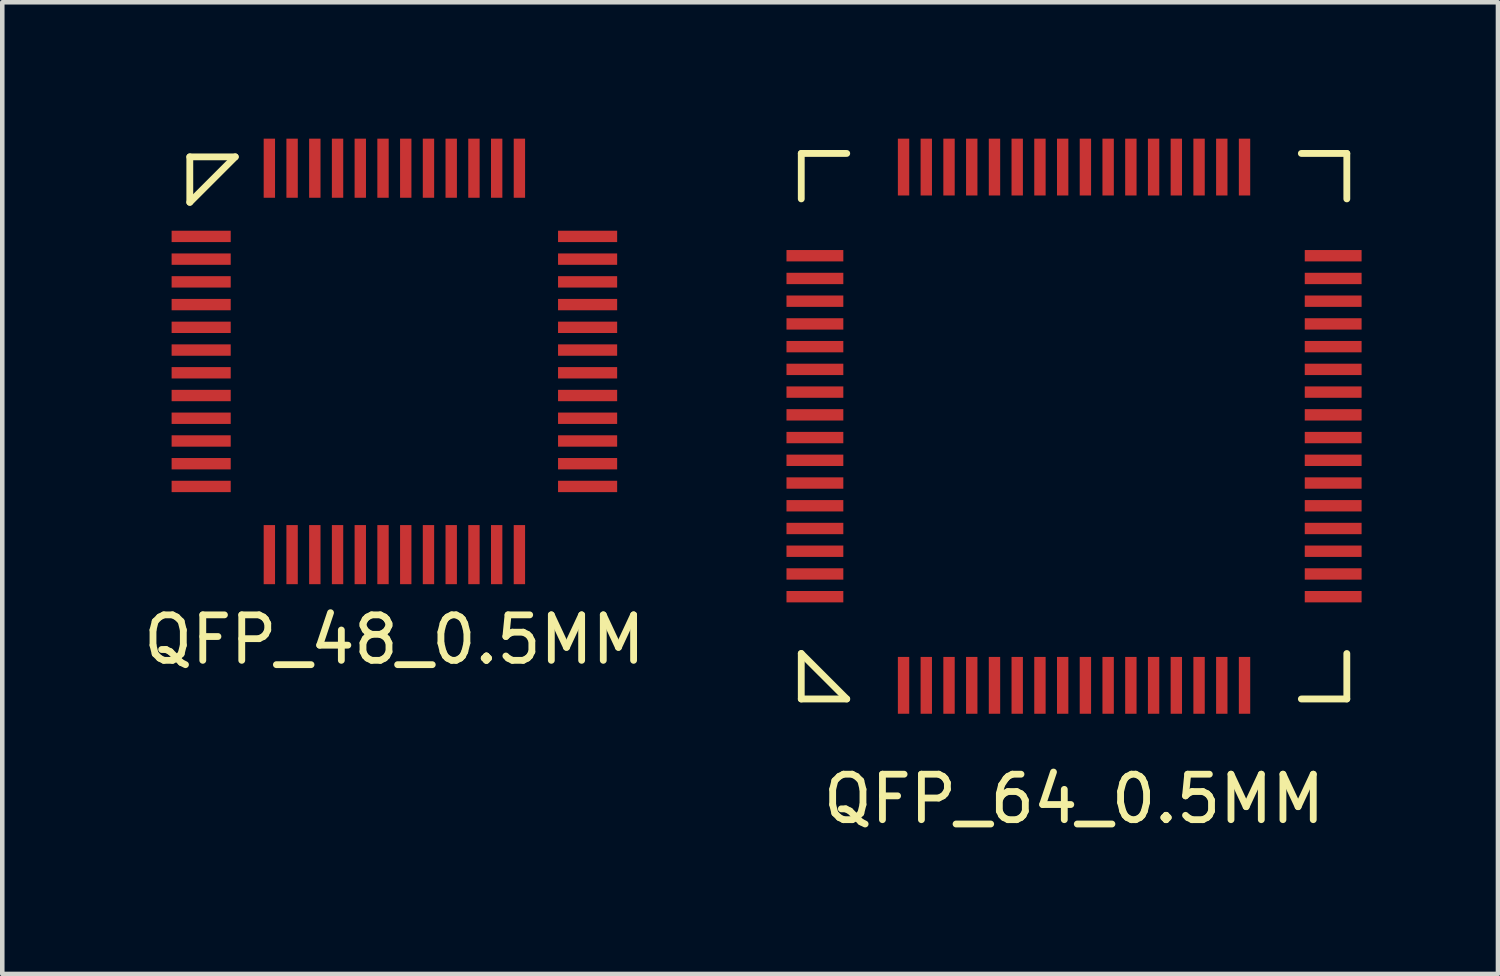
<source format=kicad_pcb>
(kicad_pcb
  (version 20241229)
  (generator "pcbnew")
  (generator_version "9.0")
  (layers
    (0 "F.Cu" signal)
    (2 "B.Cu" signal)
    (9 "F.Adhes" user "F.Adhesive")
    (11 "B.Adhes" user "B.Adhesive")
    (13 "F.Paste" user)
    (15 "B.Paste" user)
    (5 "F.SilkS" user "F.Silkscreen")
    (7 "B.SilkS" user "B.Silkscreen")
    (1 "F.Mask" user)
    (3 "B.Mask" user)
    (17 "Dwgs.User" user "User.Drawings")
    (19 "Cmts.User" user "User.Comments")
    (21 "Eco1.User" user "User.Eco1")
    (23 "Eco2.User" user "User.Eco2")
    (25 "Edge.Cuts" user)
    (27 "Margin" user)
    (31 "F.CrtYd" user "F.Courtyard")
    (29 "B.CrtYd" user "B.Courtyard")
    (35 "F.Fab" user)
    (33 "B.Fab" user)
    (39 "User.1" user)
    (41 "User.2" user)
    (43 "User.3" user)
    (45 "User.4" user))
  (footprint "QFP_48_0.5MM"
    (layer "F.Cu")
    (at 5.625 4.9)
    (property "Reference" "QFP_48_0.5MM" (at 0 6.12 0) (unlocked yes) (layer "F.SilkS") (effects (font (size 1 1) (thickness 0.15))))
    (attr smd)
    (fp_line (start -4.5 -4.5) (end -4.5 -3.5) (stroke (width 0.15) (type solid)) (layer "F.SilkS"))
    (fp_line (start -3.5 -4.5) (end -4.5 -4.5) (stroke (width 0.15) (type solid)) (layer "F.SilkS"))
    (fp_line (start -3.5 -4.5) (end -4.5 -3.5) (stroke (width 0.15) (type solid)) (layer "F.SilkS"))
    (pad "1" smd rect (at -4.25 -2.75) (size 1.3 0.25) (layers "F.Cu" "F.Mask" "F.Paste"))
    (pad "2" smd rect (at -4.25 -2.25) (size 1.3 0.25) (layers "F.Cu" "F.Mask" "F.Paste"))
    (pad "3" smd rect (at -4.25 -1.75) (size 1.3 0.25) (layers "F.Cu" "F.Mask" "F.Paste"))
    (pad "4" smd rect (at -4.25 -1.25) (size 1.3 0.25) (layers "F.Cu" "F.Mask" "F.Paste"))
    (pad "5" smd rect (at -4.25 -0.75) (size 1.3 0.25) (layers "F.Cu" "F.Mask" "F.Paste"))
    (pad "6" smd rect (at -4.25 -0.25) (size 1.3 0.25) (layers "F.Cu" "F.Mask" "F.Paste"))
    (pad "7" smd rect (at -4.25 0.25) (size 1.3 0.25) (layers "F.Cu" "F.Mask" "F.Paste"))
    (pad "8" smd rect (at -4.25 0.75) (size 1.3 0.25) (layers "F.Cu" "F.Mask" "F.Paste"))
    (pad "9" smd rect (at -4.25 1.25) (size 1.3 0.25) (layers "F.Cu" "F.Mask" "F.Paste"))
    (pad "10" smd rect (at -4.25 1.75) (size 1.3 0.25) (layers "F.Cu" "F.Mask" "F.Paste"))
    (pad "11" smd rect (at -4.25 2.25) (size 1.3 0.25) (layers "F.Cu" "F.Mask" "F.Paste"))
    (pad "12" smd rect (at -4.25 2.75) (size 1.3 0.25) (layers "F.Cu" "F.Mask" "F.Paste"))
    (pad "13" smd rect (at -2.75 4.25 90) (size 1.3 0.25) (layers "F.Cu" "F.Mask" "F.Paste"))
    (pad "14" smd rect (at -2.25 4.25 90) (size 1.3 0.25) (layers "F.Cu" "F.Mask" "F.Paste"))
    (pad "15" smd rect (at -1.75 4.25 90) (size 1.3 0.25) (layers "F.Cu" "F.Mask" "F.Paste"))
    (pad "16" smd rect (at -1.25 4.25 90) (size 1.3 0.25) (layers "F.Cu" "F.Mask" "F.Paste"))
    (pad "17" smd rect (at -0.75 4.25 90) (size 1.3 0.25) (layers "F.Cu" "F.Mask" "F.Paste"))
    (pad "18" smd rect (at -0.25 4.25 90) (size 1.3 0.25) (layers "F.Cu" "F.Mask" "F.Paste"))
    (pad "19" smd rect (at 0.25 4.25 90) (size 1.3 0.25) (layers "F.Cu" "F.Mask" "F.Paste"))
    (pad "20" smd rect (at 0.75 4.25 90) (size 1.3 0.25) (layers "F.Cu" "F.Mask" "F.Paste"))
    (pad "21" smd rect (at 1.25 4.25 90) (size 1.3 0.25) (layers "F.Cu" "F.Mask" "F.Paste"))
    (pad "22" smd rect (at 1.75 4.25 90) (size 1.3 0.25) (layers "F.Cu" "F.Mask" "F.Paste"))
    (pad "23" smd rect (at 2.25 4.25 90) (size 1.3 0.25) (layers "F.Cu" "F.Mask" "F.Paste"))
    (pad "24" smd rect (at 2.75 4.25 90) (size 1.3 0.25) (layers "F.Cu" "F.Mask" "F.Paste"))
    (pad "25" smd rect (at 4.25 2.75) (size 1.3 0.25) (layers "F.Cu" "F.Mask" "F.Paste"))
    (pad "26" smd rect (at 4.25 2.25) (size 1.3 0.25) (layers "F.Cu" "F.Mask" "F.Paste"))
    (pad "27" smd rect (at 4.25 1.75) (size 1.3 0.25) (layers "F.Cu" "F.Mask" "F.Paste"))
    (pad "28" smd rect (at 4.25 1.25) (size 1.3 0.25) (layers "F.Cu" "F.Mask" "F.Paste"))
    (pad "29" smd rect (at 4.25 0.75) (size 1.3 0.25) (layers "F.Cu" "F.Mask" "F.Paste"))
    (pad "30" smd rect (at 4.25 0.25) (size 1.3 0.25) (layers "F.Cu" "F.Mask" "F.Paste"))
    (pad "31" smd rect (at 4.25 -0.25) (size 1.3 0.25) (layers "F.Cu" "F.Mask" "F.Paste"))
    (pad "32" smd rect (at 4.25 -0.75) (size 1.3 0.25) (layers "F.Cu" "F.Mask" "F.Paste"))
    (pad "33" smd rect (at 4.25 -1.25) (size 1.3 0.25) (layers "F.Cu" "F.Mask" "F.Paste"))
    (pad "34" smd rect (at 4.25 -1.75) (size 1.3 0.25) (layers "F.Cu" "F.Mask" "F.Paste"))
    (pad "35" smd rect (at 4.25 -2.25) (size 1.3 0.25) (layers "F.Cu" "F.Mask" "F.Paste"))
    (pad "36" smd rect (at 4.25 -2.75) (size 1.3 0.25) (layers "F.Cu" "F.Mask" "F.Paste"))
    (pad "37" smd rect (at 2.75 -4.25 90) (size 1.3 0.25) (layers "F.Cu" "F.Mask" "F.Paste"))
    (pad "38" smd rect (at 2.25 -4.25 90) (size 1.3 0.25) (layers "F.Cu" "F.Mask" "F.Paste"))
    (pad "39" smd rect (at 1.75 -4.25 90) (size 1.3 0.25) (layers "F.Cu" "F.Mask" "F.Paste"))
    (pad "40" smd rect (at 1.25 -4.25 90) (size 1.3 0.25) (layers "F.Cu" "F.Mask" "F.Paste"))
    (pad "41" smd rect (at 0.75 -4.25 90) (size 1.3 0.25) (layers "F.Cu" "F.Mask" "F.Paste"))
    (pad "42" smd rect (at 0.25 -4.25 90) (size 1.3 0.25) (layers "F.Cu" "F.Mask" "F.Paste"))
    (pad "43" smd rect (at -0.25 -4.25 90) (size 1.3 0.25) (layers "F.Cu" "F.Mask" "F.Paste"))
    (pad "44" smd rect (at -0.75 -4.25 90) (size 1.3 0.25) (layers "F.Cu" "F.Mask" "F.Paste"))
    (pad "45" smd rect (at -1.25 -4.25 90) (size 1.3 0.25) (layers "F.Cu" "F.Mask" "F.Paste"))
    (pad "46" smd rect (at -1.75 -4.25 90) (size 1.3 0.25) (layers "F.Cu" "F.Mask" "F.Paste"))
    (pad "47" smd rect (at -2.25 -4.25 90) (size 1.3 0.25) (layers "F.Cu" "F.Mask" "F.Paste"))
    (pad "48" smd rect (at -2.75 -4.25 90) (size 1.3 0.25) (layers "F.Cu" "F.Mask" "F.Paste")))
  (footprint "QFP_64_0.5MM"
    (layer "F.Cu")
    (at 20.575 6.325)
    (property "Reference" "QFP_64_0.5MM" (at 0 8.2 0) (unlocked yes) (layer "F.SilkS") (effects (font (size 1 1) (thickness 0.15))))
    (attr smd)
    (fp_line (start -6 -6) (end -6 -5) (stroke (width 0.15) (type solid)) (layer "F.SilkS"))
    (fp_line (start -6 5) (end -5 6) (stroke (width 0.15) (type solid)) (layer "F.SilkS"))
    (fp_line (start -6 6) (end -6 5) (stroke (width 0.15) (type solid)) (layer "F.SilkS"))
    (fp_line (start -5 -6) (end -6 -6) (stroke (width 0.15) (type solid)) (layer "F.SilkS"))
    (fp_line (start -5 6) (end -6 6) (stroke (width 0.15) (type solid)) (layer "F.SilkS"))
    (fp_line (start 5 -6) (end 6 -6) (stroke (width 0.15) (type solid)) (layer "F.SilkS"))
    (fp_line (start 6 -6) (end 6 -5) (stroke (width 0.15) (type solid)) (layer "F.SilkS"))
    (fp_line (start 6 5) (end 6 6) (stroke (width 0.15) (type solid)) (layer "F.SilkS"))
    (fp_line (start 6 6) (end 5 6) (stroke (width 0.15) (type solid)) (layer "F.SilkS"))
    (pad "1" smd rect (at -3.75 5.7) (size 0.25 1.25) (layers "F.Cu" "F.Mask" "F.Paste"))
    (pad "2" smd rect (at -3.25 5.7) (size 0.25 1.25) (layers "F.Cu" "F.Mask" "F.Paste"))
    (pad "3" smd rect (at -2.75 5.7) (size 0.25 1.25) (layers "F.Cu" "F.Mask" "F.Paste"))
    (pad "4" smd rect (at -2.25 5.7) (size 0.25 1.25) (layers "F.Cu" "F.Mask" "F.Paste"))
    (pad "5" smd rect (at -1.75 5.7) (size 0.25 1.25) (layers "F.Cu" "F.Mask" "F.Paste"))
    (pad "6" smd rect (at -1.25 5.7) (size 0.25 1.25) (layers "F.Cu" "F.Mask" "F.Paste"))
    (pad "7" smd rect (at -0.75 5.7) (size 0.25 1.25) (layers "F.Cu" "F.Mask" "F.Paste"))
    (pad "8" smd rect (at -0.25 5.7) (size 0.25 1.25) (layers "F.Cu" "F.Mask" "F.Paste"))
    (pad "9" smd rect (at 0.25 5.7) (size 0.25 1.25) (layers "F.Cu" "F.Mask" "F.Paste"))
    (pad "10" smd rect (at 0.75 5.7) (size 0.25 1.25) (layers "F.Cu" "F.Mask" "F.Paste"))
    (pad "11" smd rect (at 1.25 5.7) (size 0.25 1.25) (layers "F.Cu" "F.Mask" "F.Paste"))
    (pad "12" smd rect (at 1.75 5.7) (size 0.25 1.25) (layers "F.Cu" "F.Mask" "F.Paste"))
    (pad "13" smd rect (at 2.25 5.7) (size 0.25 1.25) (layers "F.Cu" "F.Mask" "F.Paste"))
    (pad "14" smd rect (at 2.75 5.7) (size 0.25 1.25) (layers "F.Cu" "F.Mask" "F.Paste"))
    (pad "15" smd rect (at 3.25 5.7) (size 0.25 1.25) (layers "F.Cu" "F.Mask" "F.Paste"))
    (pad "16" smd rect (at 3.75 5.7) (size 0.25 1.25) (layers "F.Cu" "F.Mask" "F.Paste"))
    (pad "17" smd rect (at 5.7 3.75 90) (size 0.25 1.25) (layers "F.Cu" "F.Mask" "F.Paste"))
    (pad "18" smd rect (at 5.7 3.25 90) (size 0.25 1.25) (layers "F.Cu" "F.Mask" "F.Paste"))
    (pad "19" smd rect (at 5.7 2.75 90) (size 0.25 1.25) (layers "F.Cu" "F.Mask" "F.Paste"))
    (pad "20" smd rect (at 5.7 2.25 90) (size 0.25 1.25) (layers "F.Cu" "F.Mask" "F.Paste"))
    (pad "21" smd rect (at 5.7 1.75 90) (size 0.25 1.25) (layers "F.Cu" "F.Mask" "F.Paste"))
    (pad "22" smd rect (at 5.7 1.25 90) (size 0.25 1.25) (layers "F.Cu" "F.Mask" "F.Paste"))
    (pad "23" smd rect (at 5.7 0.75 90) (size 0.25 1.25) (layers "F.Cu" "F.Mask" "F.Paste"))
    (pad "24" smd rect (at 5.7 0.25 90) (size 0.25 1.25) (layers "F.Cu" "F.Mask" "F.Paste"))
    (pad "25" smd rect (at 5.7 -0.25 90) (size 0.25 1.25) (layers "F.Cu" "F.Mask" "F.Paste"))
    (pad "26" smd rect (at 5.7 -0.75 90) (size 0.25 1.25) (layers "F.Cu" "F.Mask" "F.Paste"))
    (pad "27" smd rect (at 5.7 -1.25 90) (size 0.25 1.25) (layers "F.Cu" "F.Mask" "F.Paste"))
    (pad "28" smd rect (at 5.7 -1.75 90) (size 0.25 1.25) (layers "F.Cu" "F.Mask" "F.Paste"))
    (pad "29" smd rect (at 5.7 -2.25 90) (size 0.25 1.25) (layers "F.Cu" "F.Mask" "F.Paste"))
    (pad "30" smd rect (at 5.7 -2.75 90) (size 0.25 1.25) (layers "F.Cu" "F.Mask" "F.Paste"))
    (pad "31" smd rect (at 5.7 -3.25 90) (size 0.25 1.25) (layers "F.Cu" "F.Mask" "F.Paste"))
    (pad "32" smd rect (at 5.7 -3.75 90) (size 0.25 1.25) (layers "F.Cu" "F.Mask" "F.Paste"))
    (pad "33" smd rect (at 3.75 -5.7) (size 0.25 1.25) (layers "F.Cu" "F.Mask" "F.Paste"))
    (pad "34" smd rect (at 3.25 -5.7) (size 0.25 1.25) (layers "F.Cu" "F.Mask" "F.Paste"))
    (pad "35" smd rect (at 2.75 -5.7) (size 0.25 1.25) (layers "F.Cu" "F.Mask" "F.Paste"))
    (pad "36" smd rect (at 2.25 -5.7) (size 0.25 1.25) (layers "F.Cu" "F.Mask" "F.Paste"))
    (pad "37" smd rect (at 1.75 -5.7) (size 0.25 1.25) (layers "F.Cu" "F.Mask" "F.Paste"))
    (pad "38" smd rect (at 1.25 -5.7) (size 0.25 1.25) (layers "F.Cu" "F.Mask" "F.Paste"))
    (pad "39" smd rect (at 0.75 -5.7) (size 0.25 1.25) (layers "F.Cu" "F.Mask" "F.Paste"))
    (pad "40" smd rect (at 0.25 -5.7) (size 0.25 1.25) (layers "F.Cu" "F.Mask" "F.Paste"))
    (pad "41" smd rect (at -0.25 -5.7) (size 0.25 1.25) (layers "F.Cu" "F.Mask" "F.Paste"))
    (pad "42" smd rect (at -0.75 -5.7) (size 0.25 1.25) (layers "F.Cu" "F.Mask" "F.Paste"))
    (pad "43" smd rect (at -1.25 -5.7) (size 0.25 1.25) (layers "F.Cu" "F.Mask" "F.Paste"))
    (pad "44" smd rect (at -1.75 -5.7) (size 0.25 1.25) (layers "F.Cu" "F.Mask" "F.Paste"))
    (pad "45" smd rect (at -2.25 -5.7) (size 0.25 1.25) (layers "F.Cu" "F.Mask" "F.Paste"))
    (pad "46" smd rect (at -2.75 -5.7) (size 0.25 1.25) (layers "F.Cu" "F.Mask" "F.Paste"))
    (pad "47" smd rect (at -3.25 -5.7) (size 0.25 1.25) (layers "F.Cu" "F.Mask" "F.Paste"))
    (pad "48" smd rect (at -3.75 -5.7) (size 0.25 1.25) (layers "F.Cu" "F.Mask" "F.Paste"))
    (pad "49" smd rect (at -5.7 -3.75 90) (size 0.25 1.25) (layers "F.Cu" "F.Mask" "F.Paste"))
    (pad "50" smd rect (at -5.7 -3.25 90) (size 0.25 1.25) (layers "F.Cu" "F.Mask" "F.Paste"))
    (pad "51" smd rect (at -5.7 -2.75 90) (size 0.25 1.25) (layers "F.Cu" "F.Mask" "F.Paste"))
    (pad "52" smd rect (at -5.7 -2.25 90) (size 0.25 1.25) (layers "F.Cu" "F.Mask" "F.Paste"))
    (pad "53" smd rect (at -5.7 -1.75 90) (size 0.25 1.25) (layers "F.Cu" "F.Mask" "F.Paste"))
    (pad "54" smd rect (at -5.7 -1.25 90) (size 0.25 1.25) (layers "F.Cu" "F.Mask" "F.Paste"))
    (pad "55" smd rect (at -5.7 -0.75 90) (size 0.25 1.25) (layers "F.Cu" "F.Mask" "F.Paste"))
    (pad "56" smd rect (at -5.7 -0.25 90) (size 0.25 1.25) (layers "F.Cu" "F.Mask" "F.Paste"))
    (pad "57" smd rect (at -5.7 0.25 90) (size 0.25 1.25) (layers "F.Cu" "F.Mask" "F.Paste"))
    (pad "58" smd rect (at -5.7 0.75 90) (size 0.25 1.25) (layers "F.Cu" "F.Mask" "F.Paste"))
    (pad "59" smd rect (at -5.7 1.25 90) (size 0.25 1.25) (layers "F.Cu" "F.Mask" "F.Paste"))
    (pad "60" smd rect (at -5.7 1.75 90) (size 0.25 1.25) (layers "F.Cu" "F.Mask" "F.Paste"))
    (pad "61" smd rect (at -5.7 2.25 90) (size 0.25 1.25) (layers "F.Cu" "F.Mask" "F.Paste"))
    (pad "62" smd rect (at -5.7 2.75 90) (size 0.25 1.25) (layers "F.Cu" "F.Mask" "F.Paste"))
    (pad "63" smd rect (at -5.7 3.25 90) (size 0.25 1.25) (layers "F.Cu" "F.Mask" "F.Paste"))
    (pad "64" smd rect (at -5.7 3.75 90) (size 0.25 1.25) (layers "F.Cu" "F.Mask" "F.Paste")))
  (gr_rect
    (start -3 -3)
    (end 29.9 18.373)
    (stroke (width 0.1) (type default))
    (fill no)
    (layer "Edge.Cuts")))
</source>
